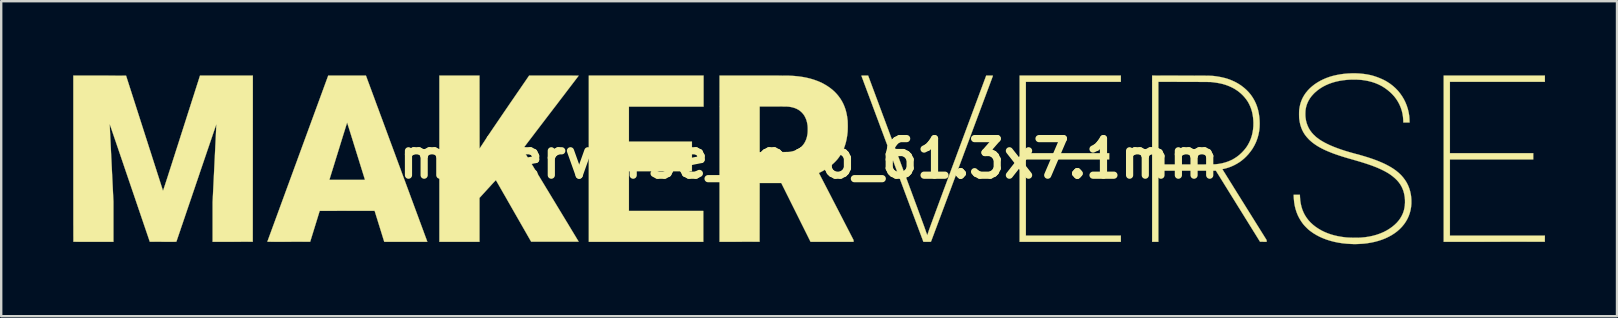
<source format=kicad_pcb>
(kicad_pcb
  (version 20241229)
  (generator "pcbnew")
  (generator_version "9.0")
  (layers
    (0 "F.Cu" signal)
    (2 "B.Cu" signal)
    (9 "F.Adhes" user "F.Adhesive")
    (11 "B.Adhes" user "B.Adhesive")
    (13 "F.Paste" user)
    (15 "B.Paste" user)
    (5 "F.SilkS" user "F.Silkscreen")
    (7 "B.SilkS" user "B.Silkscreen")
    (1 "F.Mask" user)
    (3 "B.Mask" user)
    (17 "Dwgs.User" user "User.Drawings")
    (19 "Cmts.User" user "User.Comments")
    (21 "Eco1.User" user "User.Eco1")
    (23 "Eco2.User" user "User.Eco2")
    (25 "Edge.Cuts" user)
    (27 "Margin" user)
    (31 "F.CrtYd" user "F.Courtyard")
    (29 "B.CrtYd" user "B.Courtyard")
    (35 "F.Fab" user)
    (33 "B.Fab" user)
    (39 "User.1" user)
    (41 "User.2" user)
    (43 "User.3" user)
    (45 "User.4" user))
  (footprint "makerverse_logo_61.3x7.1mm"
    (layer "F.Cu")
    (at 30.66 3.559)
    (property "Reference" "makerverse_logo_61.3x7.1mm" (at 0 0 0) (layer "F.SilkS") (effects (font (size 1.524 1.524) (thickness 0.3))))
    (attr through_hole)
    (fp_poly (pts (xy -4.397 -2.167) (xy -7.507 -2.167) (xy -7.507 -0.711) (xy -4.882 -0.711) (xy -4.882 0.525) (xy -7.507 0.525) (xy -7.507 2.179) (xy -4.408 2.179) (xy -4.408 3.466) (xy -9.178 3.466) (xy -9.178 -3.46) (xy -4.397 -3.46) (xy -4.397 -2.167)) (stroke (width 0.01) (type solid)) (fill yes) (layer "F.SilkS"))
    (fp_poly (pts (xy 12.988 -3.2) (xy 9.031 -3.2) (xy 9.031 -0.226) (xy 12.502 -0.226) (xy 12.502 0.034) (xy 9.031 0.034) (xy 9.031 3.206) (xy 12.988 3.206) (xy 12.988 3.466) (xy 8.771 3.466) (xy 8.771 -3.46) (xy 12.988 -3.46) (xy 12.988 -3.2)) (stroke (width 0.01) (type solid)) (fill yes) (layer "F.SilkS"))
    (fp_poly (pts (xy 30.655 -3.2) (xy 26.698 -3.2) (xy 26.698 -0.226) (xy 30.17 -0.226) (xy 30.17 0.034) (xy 26.698 0.034) (xy 26.698 3.206) (xy 30.655 3.206) (xy 30.652 3.463) (xy 28.545 3.464) (xy 26.439 3.466) (xy 26.439 -3.46) (xy 30.655 -3.46) (xy 30.655 -3.2)) (stroke (width 0.01) (type solid)) (fill yes) (layer "F.SilkS"))
    (fp_poly (pts (xy -2.324 -3.46) (xy -2.18 -3.46) (xy -2.04 -3.46) (xy -1.906 -3.46) (xy -1.777 -3.46) (xy -1.655 -3.459) (xy -1.538 -3.459) (xy -1.429 -3.459) (xy -1.326 -3.459) (xy -1.231 -3.458) (xy -1.144 -3.458) (xy -1.066 -3.457) (xy -0.996 -3.457) (xy -0.936 -3.457) (xy -0.885 -3.456) (xy -0.844 -3.456) (xy -0.814 -3.455) (xy -0.794 -3.454) (xy -0.793 -3.454) (xy -0.608 -3.443) (xy -0.431 -3.425) (xy -0.263 -3.401) (xy -0.102 -3.37) (xy 0.051 -3.333) (xy 0.199 -3.289) (xy 0.342 -3.237) (xy 0.414 -3.208) (xy 0.539 -3.151) (xy 0.659 -3.086) (xy 0.775 -3.015) (xy 0.884 -2.938) (xy 0.986 -2.857) (xy 1.078 -2.771) (xy 1.141 -2.705) (xy 1.227 -2.603) (xy 1.304 -2.497) (xy 1.371 -2.387) (xy 1.43 -2.273) (xy 1.48 -2.153) (xy 1.523 -2.027) (xy 1.557 -1.894) (xy 1.584 -1.753) (xy 1.603 -1.605) (xy 1.604 -1.6) (xy 1.606 -1.57) (xy 1.608 -1.53) (xy 1.609 -1.483) (xy 1.61 -1.431) (xy 1.611 -1.376) (xy 1.611 -1.32) (xy 1.61 -1.265) (xy 1.609 -1.213) (xy 1.607 -1.167) (xy 1.605 -1.128) (xy 1.604 -1.112) (xy 1.586 -0.955) (xy 1.561 -0.807) (xy 1.529 -0.667) (xy 1.489 -0.534) (xy 1.441 -0.407) (xy 1.385 -0.287) (xy 1.321 -0.173) (xy 1.249 -0.064) (xy 1.194 0.009) (xy 1.116 0.098) (xy 1.028 0.186) (xy 0.931 0.271) (xy 0.825 0.352) (xy 0.713 0.429) (xy 0.594 0.501) (xy 0.479 0.562) (xy 0.407 0.598) (xy 0.434 0.65) (xy 0.439 0.66) (xy 0.449 0.679) (xy 0.464 0.707) (xy 0.483 0.744) (xy 0.506 0.79) (xy 0.534 0.843) (xy 0.565 0.903) (xy 0.6 0.971) (xy 0.639 1.045) (xy 0.68 1.126) (xy 0.725 1.212) (xy 0.772 1.303) (xy 0.822 1.399) (xy 0.874 1.5) (xy 0.928 1.604) (xy 0.983 1.713) (xy 1.041 1.824) (xy 1.1 1.938) (xy 1.157 2.048) (xy 1.851 3.393) (xy 1.851 3.466) (xy 0.061 3.466) (xy -0.549 2.241) (xy -1.16 1.016) (xy -1.61 1.016) (xy -2.06 1.016) (xy -2.063 3.463) (xy -2.897 3.464) (xy -3.731 3.466) (xy -3.731 -0.27) (xy -2.06 -0.27) (xy -1.449 -0.273) (xy -1.353 -0.273) (xy -1.267 -0.273) (xy -1.191 -0.274) (xy -1.124 -0.274) (xy -1.066 -0.274) (xy -1.015 -0.275) (xy -0.972 -0.275) (xy -0.935 -0.276) (xy -0.904 -0.276) (xy -0.878 -0.277) (xy -0.856 -0.278) (xy -0.838 -0.279) (xy -0.823 -0.28) (xy -0.811 -0.281) (xy -0.799 -0.282) (xy -0.789 -0.284) (xy -0.779 -0.286) (xy -0.776 -0.286) (xy -0.685 -0.306) (xy -0.604 -0.329) (xy -0.53 -0.357) (xy -0.463 -0.39) (xy -0.402 -0.429) (xy -0.345 -0.474) (xy -0.313 -0.503) (xy -0.252 -0.569) (xy -0.199 -0.643) (xy -0.155 -0.723) (xy -0.118 -0.811) (xy -0.09 -0.906) (xy -0.07 -1.009) (xy -0.065 -1.04) (xy -0.061 -1.083) (xy -0.058 -1.134) (xy -0.057 -1.19) (xy -0.057 -1.247) (xy -0.058 -1.302) (xy -0.061 -1.353) (xy -0.065 -1.392) (xy -0.084 -1.5) (xy -0.111 -1.6) (xy -0.147 -1.692) (xy -0.19 -1.776) (xy -0.242 -1.853) (xy -0.302 -1.922) (xy -0.369 -1.982) (xy -0.444 -2.035) (xy -0.527 -2.079) (xy -0.618 -2.115) (xy -0.715 -2.142) (xy -0.82 -2.161) (xy -0.878 -2.167) (xy -0.895 -2.168) (xy -0.923 -2.169) (xy -0.961 -2.17) (xy -1.008 -2.171) (xy -1.064 -2.171) (xy -1.128 -2.172) (xy -1.2 -2.172) (xy -1.279 -2.173) (xy -1.364 -2.173) (xy -1.455 -2.173) (xy -1.503 -2.173) (xy -2.06 -2.173) (xy -2.06 -0.27) (xy -3.731 -0.27) (xy -3.731 -3.46) (xy -2.324 -3.46)) (stroke (width 0.01) (type solid)) (fill yes) (layer "F.SilkS"))
    (fp_poly (pts (xy -13.732 -1.939) (xy -13.73 -0.417) (xy -13.459 -0.828) (xy -13.428 -0.875) (xy -13.391 -0.931) (xy -13.348 -0.995) (xy -13.3 -1.067) (xy -13.247 -1.146) (xy -13.19 -1.23) (xy -13.128 -1.321) (xy -13.063 -1.417) (xy -12.995 -1.517) (xy -12.924 -1.621) (xy -12.851 -1.729) (xy -12.776 -1.839) (xy -12.699 -1.952) (xy -12.621 -2.066) (xy -12.542 -2.181) (xy -12.463 -2.297) (xy -12.427 -2.349) (xy -11.664 -3.46) (xy -10.632 -3.46) (xy -10.509 -3.46) (xy -10.392 -3.46) (xy -10.282 -3.46) (xy -10.178 -3.46) (xy -10.082 -3.459) (xy -9.994 -3.459) (xy -9.913 -3.459) (xy -9.841 -3.458) (xy -9.778 -3.458) (xy -9.723 -3.458) (xy -9.679 -3.457) (xy -9.644 -3.457) (xy -9.619 -3.456) (xy -9.605 -3.455) (xy -9.602 -3.455) (xy -9.606 -3.45) (xy -9.616 -3.437) (xy -9.632 -3.415) (xy -9.655 -3.385) (xy -9.683 -3.348) (xy -9.717 -3.303) (xy -9.757 -3.251) (xy -9.801 -3.193) (xy -9.851 -3.128) (xy -9.905 -3.057) (xy -9.963 -2.981) (xy -10.026 -2.899) (xy -10.092 -2.812) (xy -10.162 -2.72) (xy -10.235 -2.624) (xy -10.312 -2.524) (xy -10.391 -2.42) (xy -10.473 -2.313) (xy -10.557 -2.202) (xy -10.644 -2.089) (xy -10.732 -1.974) (xy -10.77 -1.925) (xy -10.859 -1.808) (xy -10.946 -1.694) (xy -11.031 -1.583) (xy -11.114 -1.474) (xy -11.194 -1.369) (xy -11.272 -1.267) (xy -11.346 -1.17) (xy -11.418 -1.076) (xy -11.485 -0.987) (xy -11.549 -0.903) (xy -11.609 -0.824) (xy -11.665 -0.751) (xy -11.716 -0.684) (xy -11.763 -0.623) (xy -11.804 -0.568) (xy -11.84 -0.521) (xy -11.871 -0.48) (xy -11.896 -0.447) (xy -11.915 -0.422) (xy -11.927 -0.405) (xy -11.934 -0.397) (xy -11.934 -0.396) (xy -11.931 -0.391) (xy -11.923 -0.377) (xy -11.909 -0.353) (xy -11.889 -0.321) (xy -11.865 -0.281) (xy -11.836 -0.232) (xy -11.802 -0.176) (xy -11.763 -0.113) (xy -11.72 -0.042) (xy -11.674 0.035) (xy -11.623 0.119) (xy -11.569 0.209) (xy -11.511 0.305) (xy -11.45 0.406) (xy -11.385 0.512) (xy -11.318 0.623) (xy -11.248 0.738) (xy -11.176 0.857) (xy -11.101 0.981) (xy -11.024 1.108) (xy -10.946 1.238) (xy -10.865 1.37) (xy -10.783 1.506) (xy -10.767 1.532) (xy -10.685 1.668) (xy -10.604 1.801) (xy -10.525 1.932) (xy -10.448 2.059) (xy -10.373 2.183) (xy -10.3 2.303) (xy -10.23 2.419) (xy -10.162 2.531) (xy -10.097 2.638) (xy -10.035 2.74) (xy -9.977 2.837) (xy -9.922 2.927) (xy -9.871 3.012) (xy -9.823 3.091) (xy -9.78 3.163) (xy -9.74 3.227) (xy -9.706 3.285) (xy -9.676 3.335) (xy -9.65 3.377) (xy -9.63 3.41) (xy -9.615 3.435) (xy -9.605 3.451) (xy -9.601 3.458) (xy -9.601 3.458) (xy -9.607 3.458) (xy -9.623 3.459) (xy -9.649 3.459) (xy -9.685 3.459) (xy -9.73 3.459) (xy -9.784 3.459) (xy -9.845 3.459) (xy -9.914 3.46) (xy -9.989 3.46) (xy -10.071 3.46) (xy -10.158 3.46) (xy -10.25 3.46) (xy -10.346 3.46) (xy -10.446 3.46) (xy -10.55 3.46) (xy -10.591 3.46) (xy -11.58 3.46) (xy -12.311 2.184) (xy -12.374 2.073) (xy -12.437 1.964) (xy -12.497 1.858) (xy -12.556 1.756) (xy -12.612 1.657) (xy -12.666 1.562) (xy -12.718 1.473) (xy -12.767 1.388) (xy -12.812 1.308) (xy -12.855 1.234) (xy -12.893 1.167) (xy -12.928 1.106) (xy -12.959 1.052) (xy -12.986 1.006) (xy -13.008 0.967) (xy -13.025 0.937) (xy -13.038 0.915) (xy -13.045 0.903) (xy -13.047 0.899) (xy -13.049 0.9) (xy -13.055 0.903) (xy -13.063 0.911) (xy -13.076 0.922) (xy -13.092 0.939) (xy -13.113 0.961) (xy -13.139 0.988) (xy -13.17 1.021) (xy -13.207 1.061) (xy -13.25 1.108) (xy -13.299 1.162) (xy -13.356 1.224) (xy -13.393 1.264) (xy -13.733 1.637) (xy -13.733 3.466) (xy -15.404 3.466) (xy -15.404 -3.46) (xy -13.733 -3.46) (xy -13.732 -1.939)) (stroke (width 0.01) (type solid)) (fill yes) (layer "F.SilkS"))
    (fp_poly (pts (xy 15.507 -3.458) (xy 15.647 -3.458) (xy 15.777 -3.458) (xy 15.896 -3.458) (xy 16.006 -3.458) (xy 16.106 -3.457) (xy 16.198 -3.457) (xy 16.281 -3.457) (xy 16.356 -3.456) (xy 16.425 -3.456) (xy 16.486 -3.456) (xy 16.541 -3.455) (xy 16.591 -3.454) (xy 16.635 -3.454) (xy 16.675 -3.453) (xy 16.71 -3.452) (xy 16.742 -3.451) (xy 16.77 -3.449) (xy 16.796 -3.448) (xy 16.819 -3.446) (xy 16.841 -3.444) (xy 16.861 -3.443) (xy 16.881 -3.44) (xy 16.901 -3.438) (xy 16.921 -3.435) (xy 16.942 -3.432) (xy 16.964 -3.429) (xy 16.987 -3.426) (xy 17.149 -3.398) (xy 17.305 -3.362) (xy 17.455 -3.318) (xy 17.598 -3.264) (xy 17.734 -3.203) (xy 17.863 -3.133) (xy 17.984 -3.056) (xy 17.997 -3.047) (xy 18.114 -2.957) (xy 18.221 -2.863) (xy 18.319 -2.762) (xy 18.407 -2.655) (xy 18.485 -2.542) (xy 18.554 -2.423) (xy 18.614 -2.298) (xy 18.664 -2.167) (xy 18.705 -2.03) (xy 18.736 -1.886) (xy 18.758 -1.737) (xy 18.77 -1.581) (xy 18.773 -1.448) (xy 18.768 -1.299) (xy 18.752 -1.152) (xy 18.724 -1.009) (xy 18.686 -0.868) (xy 18.637 -0.731) (xy 18.606 -0.657) (xy 18.546 -0.537) (xy 18.477 -0.419) (xy 18.398 -0.306) (xy 18.312 -0.198) (xy 18.219 -0.096) (xy 18.12 -0.001) (xy 18.017 0.084) (xy 17.931 0.146) (xy 17.819 0.215) (xy 17.703 0.277) (xy 17.583 0.331) (xy 17.463 0.375) (xy 17.344 0.41) (xy 17.269 0.427) (xy 17.246 0.431) (xy 17.229 0.435) (xy 17.218 0.437) (xy 17.217 0.437) (xy 17.22 0.442) (xy 17.228 0.456) (xy 17.242 0.479) (xy 17.262 0.511) (xy 17.286 0.55) (xy 17.316 0.597) (xy 17.35 0.652) (xy 17.388 0.713) (xy 17.43 0.782) (xy 17.477 0.856) (xy 17.527 0.937) (xy 17.581 1.023) (xy 17.638 1.114) (xy 17.697 1.21) (xy 17.76 1.31) (xy 17.825 1.415) (xy 17.893 1.523) (xy 17.963 1.635) (xy 18.034 1.75) (xy 18.108 1.867) (xy 18.138 1.916) (xy 19.061 3.394) (xy 19.061 3.466) (xy 18.925 3.464) (xy 18.788 3.463) (xy 17.868 1.983) (xy 16.948 0.502) (xy 14.551 0.502) (xy 14.551 3.466) (xy 14.292 3.466) (xy 14.292 0.243) (xy 14.551 0.243) (xy 15.693 0.243) (xy 15.846 0.243) (xy 15.989 0.243) (xy 16.123 0.242) (xy 16.246 0.242) (xy 16.36 0.242) (xy 16.463 0.242) (xy 16.556 0.241) (xy 16.639 0.241) (xy 16.711 0.24) (xy 16.772 0.24) (xy 16.823 0.239) (xy 16.863 0.238) (xy 16.892 0.238) (xy 16.909 0.237) (xy 16.911 0.237) (xy 17.059 0.221) (xy 17.2 0.196) (xy 17.334 0.161) (xy 17.462 0.118) (xy 17.584 0.066) (xy 17.7 0.004) (xy 17.81 -0.067) (xy 17.915 -0.147) (xy 18.014 -0.237) (xy 18.04 -0.263) (xy 18.114 -0.342) (xy 18.178 -0.42) (xy 18.236 -0.499) (xy 18.287 -0.581) (xy 18.334 -0.669) (xy 18.352 -0.706) (xy 18.403 -0.825) (xy 18.444 -0.95) (xy 18.475 -1.081) (xy 18.497 -1.215) (xy 18.51 -1.353) (xy 18.512 -1.493) (xy 18.509 -1.577) (xy 18.498 -1.707) (xy 18.48 -1.829) (xy 18.456 -1.945) (xy 18.424 -2.055) (xy 18.385 -2.161) (xy 18.338 -2.264) (xy 18.336 -2.269) (xy 18.277 -2.375) (xy 18.207 -2.477) (xy 18.128 -2.574) (xy 18.041 -2.666) (xy 17.946 -2.751) (xy 17.844 -2.83) (xy 17.735 -2.901) (xy 17.621 -2.964) (xy 17.586 -2.98) (xy 17.499 -3.019) (xy 17.411 -3.054) (xy 17.321 -3.084) (xy 17.228 -3.111) (xy 17.129 -3.134) (xy 17.024 -3.154) (xy 16.912 -3.171) (xy 16.79 -3.187) (xy 16.758 -3.19) (xy 16.745 -3.191) (xy 16.722 -3.192) (xy 16.69 -3.193) (xy 16.647 -3.193) (xy 16.595 -3.194) (xy 16.532 -3.195) (xy 16.46 -3.195) (xy 16.377 -3.196) (xy 16.283 -3.196) (xy 16.179 -3.197) (xy 16.064 -3.197) (xy 15.939 -3.198) (xy 15.802 -3.198) (xy 15.654 -3.199) (xy 15.625 -3.199) (xy 14.551 -3.201) (xy 14.551 0.243) (xy 14.292 0.243) (xy 14.292 -3.461) (xy 15.507 -3.458)) (stroke (width 0.01) (type solid)) (fill yes) (layer "F.SilkS"))
    (fp_poly (pts (xy -18.447 -3.413) (xy -18.444 -3.406) (xy -18.437 -3.387) (xy -18.427 -3.359) (xy -18.413 -3.321) (xy -18.396 -3.274) (xy -18.375 -3.217) (xy -18.351 -3.152) (xy -18.323 -3.078) (xy -18.293 -2.996) (xy -18.259 -2.905) (xy -18.223 -2.807) (xy -18.184 -2.702) (xy -18.142 -2.589) (xy -18.098 -2.469) (xy -18.052 -2.343) (xy -18.003 -2.21) (xy -17.951 -2.072) (xy -17.898 -1.927) (xy -17.843 -1.778) (xy -17.785 -1.623) (xy -17.726 -1.463) (xy -17.665 -1.298) (xy -17.603 -1.129) (xy -17.539 -0.956) (xy -17.474 -0.779) (xy -17.407 -0.599) (xy -17.339 -0.416) (xy -17.27 -0.23) (xy -17.201 -0.041) (xy -17.168 0.048) (xy -17.098 0.237) (xy -17.029 0.424) (xy -16.961 0.609) (xy -16.894 0.79) (xy -16.828 0.967) (xy -16.764 1.141) (xy -16.701 1.311) (xy -16.64 1.476) (xy -16.581 1.637) (xy -16.523 1.793) (xy -16.467 1.944) (xy -16.414 2.089) (xy -16.362 2.229) (xy -16.312 2.363) (xy -16.265 2.49) (xy -16.221 2.611) (xy -16.178 2.726) (xy -16.139 2.833) (xy -16.102 2.932) (xy -16.068 3.024) (xy -16.037 3.109) (xy -16.009 3.184) (xy -15.984 3.252) (xy -15.962 3.311) (xy -15.944 3.36) (xy -15.929 3.4) (xy -15.918 3.431) (xy -15.91 3.452) (xy -15.907 3.462) (xy -15.906 3.464) (xy -15.912 3.464) (xy -15.928 3.464) (xy -15.954 3.464) (xy -15.99 3.465) (xy -16.035 3.465) (xy -16.088 3.465) (xy -16.148 3.465) (xy -16.216 3.465) (xy -16.29 3.465) (xy -16.371 3.465) (xy -16.456 3.466) (xy -16.546 3.466) (xy -16.64 3.466) (xy -16.738 3.466) (xy -16.803 3.466) (xy -17.7 3.466) (xy -17.709 3.439) (xy -17.712 3.43) (xy -17.717 3.411) (xy -17.726 3.383) (xy -17.738 3.346) (xy -17.752 3.301) (xy -17.768 3.249) (xy -17.786 3.191) (xy -17.806 3.127) (xy -17.827 3.058) (xy -17.85 2.984) (xy -17.874 2.908) (xy -17.899 2.828) (xy -17.904 2.811) (xy -17.929 2.731) (xy -17.953 2.654) (xy -17.976 2.58) (xy -17.997 2.511) (xy -18.018 2.446) (xy -18.036 2.387) (xy -18.052 2.335) (xy -18.066 2.289) (xy -18.078 2.252) (xy -18.087 2.222) (xy -18.093 2.202) (xy -18.097 2.192) (xy -18.097 2.191) (xy -18.103 2.173) (xy -20.39 2.176) (xy -20.588 2.819) (xy -20.787 3.463) (xy -21.68 3.464) (xy -21.802 3.464) (xy -21.912 3.465) (xy -22.012 3.465) (xy -22.103 3.465) (xy -22.183 3.465) (xy -22.255 3.465) (xy -22.318 3.464) (xy -22.373 3.464) (xy -22.42 3.464) (xy -22.46 3.463) (xy -22.493 3.463) (xy -22.519 3.462) (xy -22.54 3.462) (xy -22.555 3.461) (xy -22.564 3.46) (xy -22.57 3.459) (xy -22.571 3.459) (xy -22.569 3.453) (xy -22.563 3.437) (xy -22.554 3.411) (xy -22.54 3.375) (xy -22.524 3.33) (xy -22.504 3.276) (xy -22.481 3.212) (xy -22.454 3.14) (xy -22.425 3.06) (xy -22.392 2.971) (xy -22.357 2.875) (xy -22.319 2.771) (xy -22.278 2.66) (xy -22.235 2.542) (xy -22.189 2.417) (xy -22.141 2.286) (xy -22.091 2.149) (xy -22.038 2.005) (xy -21.984 1.857) (xy -21.927 1.702) (xy -21.869 1.543) (xy -21.809 1.379) (xy -21.747 1.211) (xy -21.684 1.039) (xy -21.626 0.881) (xy -19.986 0.881) (xy -18.504 0.881) (xy -18.619 0.512) (xy -18.634 0.462) (xy -18.653 0.403) (xy -18.674 0.334) (xy -18.698 0.258) (xy -18.724 0.175) (xy -18.751 0.086) (xy -18.78 -0.008) (xy -18.811 -0.105) (xy -18.842 -0.206) (xy -18.874 -0.308) (xy -18.906 -0.411) (xy -18.938 -0.514) (xy -18.97 -0.616) (xy -18.989 -0.679) (xy -19.018 -0.772) (xy -19.046 -0.862) (xy -19.073 -0.949) (xy -19.099 -1.032) (xy -19.123 -1.109) (xy -19.146 -1.182) (xy -19.167 -1.249) (xy -19.186 -1.309) (xy -19.203 -1.362) (xy -19.217 -1.407) (xy -19.229 -1.444) (xy -19.238 -1.473) (xy -19.244 -1.492) (xy -19.247 -1.501) (xy -19.248 -1.501) (xy -19.249 -1.496) (xy -19.255 -1.48) (xy -19.263 -1.455) (xy -19.274 -1.419) (xy -19.288 -1.375) (xy -19.304 -1.322) (xy -19.324 -1.26) (xy -19.345 -1.19) (xy -19.369 -1.113) (xy -19.396 -1.029) (xy -19.424 -0.938) (xy -19.454 -0.841) (xy -19.486 -0.737) (xy -19.52 -0.628) (xy -19.555 -0.514) (xy -19.592 -0.395) (xy -19.63 -0.272) (xy -19.669 -0.145) (xy -19.71 -0.015) (xy -19.751 0.119) (xy -19.793 0.256) (xy -19.836 0.395) (xy -19.88 0.535) (xy -19.924 0.678) (xy -19.968 0.821) (xy -19.973 0.837) (xy -19.986 0.881) (xy -21.626 0.881) (xy -21.619 0.862) (xy -21.553 0.682) (xy -21.486 0.499) (xy -21.418 0.312) (xy -21.348 0.123) (xy -21.302 -0.004) (xy -20.035 -3.46) (xy -18.464 -3.46) (xy -18.447 -3.413)) (stroke (width 0.01) (type solid)) (fill yes) (layer "F.SilkS"))
    (fp_poly (pts (xy 2.468 -3.436) (xy 2.471 -3.429) (xy 2.477 -3.412) (xy 2.487 -3.386) (xy 2.501 -3.349) (xy 2.518 -3.303) (xy 2.538 -3.248) (xy 2.562 -3.184) (xy 2.589 -3.112) (xy 2.619 -3.031) (xy 2.652 -2.942) (xy 2.688 -2.846) (xy 2.726 -2.743) (xy 2.767 -2.632) (xy 2.811 -2.515) (xy 2.857 -2.391) (xy 2.905 -2.262) (xy 2.955 -2.126) (xy 3.008 -1.985) (xy 3.062 -1.838) (xy 3.119 -1.687) (xy 3.177 -1.531) (xy 3.236 -1.371) (xy 3.298 -1.206) (xy 3.36 -1.038) (xy 3.424 -0.867) (xy 3.489 -0.692) (xy 3.555 -0.514) (xy 3.622 -0.334) (xy 3.624 -0.33) (xy 3.716 -0.084) (xy 3.804 0.154) (xy 3.889 0.383) (xy 3.971 0.602) (xy 4.049 0.813) (xy 4.124 1.014) (xy 4.195 1.206) (xy 4.263 1.388) (xy 4.327 1.562) (xy 4.387 1.725) (xy 4.444 1.879) (xy 4.498 2.023) (xy 4.547 2.158) (xy 4.593 2.283) (xy 4.636 2.397) (xy 4.674 2.502) (xy 4.709 2.597) (xy 4.74 2.682) (xy 4.768 2.757) (xy 4.791 2.821) (xy 4.811 2.876) (xy 4.826 2.919) (xy 4.838 2.953) (xy 4.846 2.975) (xy 4.862 3.022) (xy 4.877 3.066) (xy 4.891 3.105) (xy 4.903 3.137) (xy 4.912 3.163) (xy 4.919 3.18) (xy 4.923 3.189) (xy 4.924 3.189) (xy 4.927 3.182) (xy 4.932 3.165) (xy 4.941 3.141) (xy 4.951 3.109) (xy 4.964 3.071) (xy 4.978 3.029) (xy 4.993 2.984) (xy 4.995 2.98) (xy 5.001 2.96) (xy 5.012 2.93) (xy 5.027 2.889) (xy 5.045 2.839) (xy 5.067 2.778) (xy 5.092 2.708) (xy 5.122 2.629) (xy 5.154 2.54) (xy 5.19 2.442) (xy 5.23 2.335) (xy 5.272 2.219) (xy 5.318 2.095) (xy 5.367 1.962) (xy 5.419 1.821) (xy 5.474 1.672) (xy 5.532 1.515) (xy 5.593 1.35) (xy 5.657 1.178) (xy 5.724 0.998) (xy 5.793 0.811) (xy 5.865 0.617) (xy 5.939 0.417) (xy 6.016 0.209) (xy 6.096 -0.005) (xy 6.177 -0.225) (xy 6.22 -0.341) (xy 7.379 -3.46) (xy 7.519 -3.46) (xy 7.565 -3.46) (xy 7.602 -3.459) (xy 7.631 -3.458) (xy 7.65 -3.457) (xy 7.659 -3.455) (xy 7.66 -3.455) (xy 7.658 -3.449) (xy 7.652 -3.433) (xy 7.642 -3.408) (xy 7.629 -3.372) (xy 7.613 -3.328) (xy 7.593 -3.275) (xy 7.57 -3.213) (xy 7.544 -3.143) (xy 7.515 -3.065) (xy 7.483 -2.979) (xy 7.448 -2.886) (xy 7.411 -2.787) (xy 7.372 -2.681) (xy 7.33 -2.569) (xy 7.286 -2.451) (xy 7.24 -2.327) (xy 7.192 -2.198) (xy 7.142 -2.065) (xy 7.091 -1.927) (xy 7.037 -1.784) (xy 6.983 -1.638) (xy 6.927 -1.489) (xy 6.87 -1.336) (xy 6.812 -1.181) (xy 6.753 -1.023) (xy 6.694 -0.863) (xy 6.633 -0.701) (xy 6.572 -0.538) (xy 6.511 -0.374) (xy 6.449 -0.209) (xy 6.388 -0.043) (xy 6.326 0.122) (xy 6.264 0.288) (xy 6.202 0.452) (xy 6.141 0.616) (xy 6.081 0.779) (xy 6.02 0.94) (xy 5.961 1.099) (xy 5.903 1.256) (xy 5.845 1.41) (xy 5.788 1.561) (xy 5.733 1.709) (xy 5.679 1.853) (xy 5.627 1.993) (xy 5.576 2.129) (xy 5.527 2.261) (xy 5.48 2.387) (xy 5.434 2.508) (xy 5.391 2.623) (xy 5.35 2.733) (xy 5.312 2.836) (xy 5.276 2.932) (xy 5.242 3.021) (xy 5.212 3.103) (xy 5.184 3.178) (xy 5.159 3.244) (xy 5.137 3.302) (xy 5.119 3.351) (xy 5.104 3.391) (xy 5.092 3.422) (xy 5.084 3.443) (xy 5.08 3.454) (xy 5.079 3.456) (xy 5.077 3.459) (xy 5.073 3.461) (xy 5.065 3.463) (xy 5.053 3.464) (xy 5.035 3.465) (xy 5.01 3.465) (xy 4.977 3.466) (xy 4.934 3.466) (xy 4.919 3.466) (xy 4.764 3.466) (xy 4.758 3.453) (xy 4.756 3.446) (xy 4.749 3.43) (xy 4.739 3.403) (xy 4.726 3.367) (xy 4.709 3.321) (xy 4.688 3.267) (xy 4.665 3.204) (xy 4.638 3.133) (xy 4.609 3.054) (xy 4.576 2.968) (xy 4.542 2.875) (xy 4.504 2.775) (xy 4.464 2.668) (xy 4.422 2.555) (xy 4.378 2.436) (xy 4.331 2.312) (xy 4.283 2.183) (xy 4.233 2.049) (xy 4.181 1.911) (xy 4.128 1.768) (xy 4.073 1.622) (xy 4.017 1.472) (xy 3.96 1.319) (xy 3.902 1.163) (xy 3.843 1.005) (xy 3.783 0.845) (xy 3.723 0.683) (xy 3.662 0.52) (xy 3.6 0.356) (xy 3.539 0.191) (xy 3.477 0.025) (xy 3.415 -0.14) (xy 3.353 -0.306) (xy 3.292 -0.47) (xy 3.231 -0.634) (xy 3.17 -0.796) (xy 3.11 -0.957) (xy 3.051 -1.116) (xy 2.992 -1.272) (xy 2.935 -1.426) (xy 2.879 -1.577) (xy 2.824 -1.724) (xy 2.77 -1.868) (xy 2.718 -2.008) (xy 2.667 -2.143) (xy 2.619 -2.274) (xy 2.572 -2.4) (xy 2.527 -2.52) (xy 2.484 -2.635) (xy 2.443 -2.744) (xy 2.405 -2.846) (xy 2.37 -2.941) (xy 2.337 -3.03) (xy 2.306 -3.111) (xy 2.279 -3.185) (xy 2.255 -3.25) (xy 2.234 -3.307) (xy 2.216 -3.355) (xy 2.201 -3.394) (xy 2.19 -3.424) (xy 2.183 -3.444) (xy 2.179 -3.454) (xy 2.179 -3.455) (xy 2.184 -3.456) (xy 2.2 -3.458) (xy 2.224 -3.459) (xy 2.257 -3.46) (xy 2.296 -3.46) (xy 2.319 -3.46) (xy 2.46 -3.46) (xy 2.468 -3.436)) (stroke (width 0.01) (type solid)) (fill yes) (layer "F.SilkS"))
    (fp_poly (pts (xy -29.556 -3.459) (xy -28.458 -3.457) (xy -27.692 -1.07) (xy -27.641 -0.91) (xy -27.59 -0.753) (xy -27.541 -0.599) (xy -27.493 -0.448) (xy -27.445 -0.301) (xy -27.399 -0.158) (xy -27.355 -0.019) (xy -27.312 0.115) (xy -27.271 0.243) (xy -27.231 0.367) (xy -27.193 0.485) (xy -27.158 0.596) (xy -27.124 0.701) (xy -27.092 0.799) (xy -27.063 0.891) (xy -27.036 0.974) (xy -27.012 1.05) (xy -26.99 1.118) (xy -26.971 1.177) (xy -26.955 1.227) (xy -26.942 1.268) (xy -26.932 1.299) (xy -26.925 1.321) (xy -26.921 1.332) (xy -26.921 1.334) (xy -26.92 1.334) (xy -26.918 1.332) (xy -26.916 1.328) (xy -26.913 1.32) (xy -26.909 1.31) (xy -26.904 1.296) (xy -26.897 1.278) (xy -26.89 1.256) (xy -26.881 1.23) (xy -26.871 1.199) (xy -26.859 1.164) (xy -26.846 1.123) (xy -26.83 1.077) (xy -26.814 1.026) (xy -26.795 0.968) (xy -26.774 0.904) (xy -26.751 0.834) (xy -26.726 0.756) (xy -26.699 0.672) (xy -26.67 0.58) (xy -26.638 0.481) (xy -26.603 0.373) (xy -26.566 0.258) (xy -26.526 0.134) (xy -26.484 0.001) (xy -26.438 -0.141) (xy -26.39 -0.293) (xy -26.338 -0.454) (xy -26.283 -0.625) (xy -26.225 -0.806) (xy -26.168 -0.986) (xy -26.117 -1.144) (xy -26.067 -1.3) (xy -26.018 -1.454) (xy -25.97 -1.604) (xy -25.923 -1.751) (xy -25.878 -1.893) (xy -25.833 -2.032) (xy -25.79 -2.166) (xy -25.749 -2.295) (xy -25.71 -2.418) (xy -25.672 -2.536) (xy -25.636 -2.648) (xy -25.602 -2.754) (xy -25.571 -2.853) (xy -25.541 -2.944) (xy -25.515 -3.028) (xy -25.49 -3.105) (xy -25.468 -3.173) (xy -25.449 -3.233) (xy -25.433 -3.283) (xy -25.42 -3.325) (xy -25.41 -3.357) (xy -25.403 -3.379) (xy -25.399 -3.39) (xy -25.399 -3.391) (xy -25.377 -3.46) (xy -23.176 -3.46) (xy -23.177 0.001) (xy -23.179 3.463) (xy -24.852 3.466) (xy -24.852 1.807) (xy -24.773 0.191) (xy -24.767 0.057) (xy -24.76 -0.075) (xy -24.754 -0.203) (xy -24.748 -0.327) (xy -24.742 -0.447) (xy -24.737 -0.562) (xy -24.731 -0.672) (xy -24.726 -0.777) (xy -24.722 -0.875) (xy -24.717 -0.967) (xy -24.713 -1.053) (xy -24.709 -1.13) (xy -24.706 -1.2) (xy -24.703 -1.262) (xy -24.701 -1.314) (xy -24.699 -1.358) (xy -24.697 -1.392) (xy -24.696 -1.416) (xy -24.696 -1.429) (xy -24.696 -1.432) (xy -24.698 -1.427) (xy -24.703 -1.412) (xy -24.712 -1.387) (xy -24.724 -1.352) (xy -24.739 -1.308) (xy -24.758 -1.254) (xy -24.779 -1.192) (xy -24.803 -1.122) (xy -24.83 -1.044) (xy -24.859 -0.958) (xy -24.891 -0.864) (xy -24.925 -0.764) (xy -24.962 -0.657) (xy -25 -0.543) (xy -25.041 -0.424) (xy -25.084 -0.299) (xy -25.128 -0.168) (xy -25.174 -0.033) (xy -25.222 0.108) (xy -25.271 0.252) (xy -25.322 0.401) (xy -25.374 0.553) (xy -25.426 0.709) (xy -25.48 0.868) (xy -25.527 1.004) (xy -25.581 1.165) (xy -25.635 1.323) (xy -25.688 1.478) (xy -25.739 1.631) (xy -25.79 1.779) (xy -25.839 1.923) (xy -25.887 2.063) (xy -25.933 2.199) (xy -25.977 2.329) (xy -26.019 2.454) (xy -26.06 2.573) (xy -26.098 2.686) (xy -26.135 2.793) (xy -26.169 2.893) (xy -26.2 2.987) (xy -26.23 3.072) (xy -26.256 3.15) (xy -26.28 3.22) (xy -26.301 3.282) (xy -26.319 3.334) (xy -26.334 3.378) (xy -26.346 3.413) (xy -26.354 3.437) (xy -26.359 3.452) (xy -26.361 3.456) (xy -26.362 3.457) (xy -26.365 3.459) (xy -26.369 3.46) (xy -26.376 3.461) (xy -26.386 3.462) (xy -26.401 3.463) (xy -26.419 3.464) (xy -26.443 3.464) (xy -26.473 3.464) (xy -26.51 3.465) (xy -26.553 3.465) (xy -26.605 3.465) (xy -26.665 3.465) (xy -26.734 3.465) (xy -26.814 3.465) (xy -26.903 3.464) (xy -26.917 3.464) (xy -27.469 3.463) (xy -28.304 1.009) (xy -28.359 0.848) (xy -28.413 0.689) (xy -28.466 0.534) (xy -28.518 0.381) (xy -28.568 0.233) (xy -28.617 0.088) (xy -28.665 -0.052) (xy -28.711 -0.187) (xy -28.756 -0.317) (xy -28.798 -0.442) (xy -28.839 -0.561) (xy -28.877 -0.675) (xy -28.914 -0.781) (xy -28.948 -0.881) (xy -28.98 -0.974) (xy -29.009 -1.06) (xy -29.036 -1.138) (xy -29.059 -1.208) (xy -29.08 -1.269) (xy -29.099 -1.322) (xy -29.114 -1.366) (xy -29.125 -1.4) (xy -29.134 -1.424) (xy -29.139 -1.439) (xy -29.14 -1.443) (xy -29.14 -1.437) (xy -29.14 -1.421) (xy -29.138 -1.394) (xy -29.137 -1.357) (xy -29.135 -1.311) (xy -29.132 -1.255) (xy -29.129 -1.192) (xy -29.126 -1.119) (xy -29.122 -1.04) (xy -29.118 -0.953) (xy -29.113 -0.859) (xy -29.108 -0.758) (xy -29.103 -0.652) (xy -29.098 -0.541) (xy -29.092 -0.424) (xy -29.086 -0.303) (xy -29.08 -0.177) (xy -29.074 -0.048) (xy -29.067 0.084) (xy -29.063 0.172) (xy -28.984 1.786) (xy -28.984 2.626) (xy -28.984 3.466) (xy -29.816 3.466) (xy -29.912 3.466) (xy -30.005 3.466) (xy -30.094 3.465) (xy -30.179 3.465) (xy -30.259 3.465) (xy -30.333 3.465) (xy -30.401 3.465) (xy -30.462 3.464) (xy -30.516 3.464) (xy -30.562 3.464) (xy -30.599 3.463) (xy -30.626 3.463) (xy -30.644 3.462) (xy -30.651 3.462) (xy -30.651 3.462) (xy -30.651 3.456) (xy -30.652 3.439) (xy -30.652 3.412) (xy -30.652 3.374) (xy -30.652 3.326) (xy -30.652 3.268) (xy -30.653 3.201) (xy -30.653 3.125) (xy -30.653 3.04) (xy -30.653 2.946) (xy -30.653 2.844) (xy -30.654 2.735) (xy -30.654 2.617) (xy -30.654 2.492) (xy -30.654 2.361) (xy -30.654 2.222) (xy -30.654 2.077) (xy -30.654 1.926) (xy -30.654 1.77) (xy -30.655 1.607) (xy -30.655 1.44) (xy -30.655 1.268) (xy -30.655 1.091) (xy -30.655 0.91) (xy -30.655 0.725) (xy -30.655 0.536) (xy -30.655 0.344) (xy -30.655 0.149) (xy -30.655 -0.001) (xy -30.655 -3.46) (xy -29.556 -3.459)) (stroke (width 0.01) (type solid)) (fill yes) (layer "F.SilkS"))
    (fp_poly (pts (xy 22.788 -3.553) (xy 22.948 -3.545) (xy 23.104 -3.529) (xy 23.255 -3.507) (xy 23.4 -3.477) (xy 23.478 -3.457) (xy 23.568 -3.429) (xy 23.662 -3.397) (xy 23.756 -3.361) (xy 23.848 -3.322) (xy 23.937 -3.281) (xy 24.018 -3.239) (xy 24.079 -3.203) (xy 24.205 -3.121) (xy 24.323 -3.03) (xy 24.432 -2.933) (xy 24.533 -2.828) (xy 24.624 -2.716) (xy 24.707 -2.598) (xy 24.781 -2.474) (xy 24.845 -2.345) (xy 24.9 -2.209) (xy 24.945 -2.069) (xy 24.98 -1.923) (xy 25.002 -1.789) (xy 25.005 -1.762) (xy 25.008 -1.726) (xy 25.011 -1.686) (xy 25.013 -1.645) (xy 25.014 -1.616) (xy 25.018 -1.507) (xy 24.758 -1.507) (xy 24.755 -1.602) (xy 24.744 -1.74) (xy 24.723 -1.875) (xy 24.691 -2.006) (xy 24.648 -2.133) (xy 24.596 -2.255) (xy 24.533 -2.373) (xy 24.461 -2.486) (xy 24.379 -2.593) (xy 24.287 -2.694) (xy 24.206 -2.771) (xy 24.094 -2.865) (xy 23.978 -2.949) (xy 23.857 -3.024) (xy 23.731 -3.088) (xy 23.599 -3.144) (xy 23.461 -3.191) (xy 23.316 -3.229) (xy 23.281 -3.237) (xy 23.192 -3.254) (xy 23.105 -3.268) (xy 23.017 -3.279) (xy 22.926 -3.286) (xy 22.83 -3.291) (xy 22.726 -3.293) (xy 22.702 -3.293) (xy 22.624 -3.292) (xy 22.555 -3.291) (xy 22.49 -3.288) (xy 22.427 -3.284) (xy 22.364 -3.278) (xy 22.296 -3.27) (xy 22.273 -3.268) (xy 22.11 -3.243) (xy 21.955 -3.21) (xy 21.806 -3.168) (xy 21.664 -3.118) (xy 21.53 -3.06) (xy 21.403 -2.994) (xy 21.284 -2.92) (xy 21.172 -2.838) (xy 21.068 -2.748) (xy 21.016 -2.696) (xy 20.936 -2.607) (xy 20.867 -2.514) (xy 20.809 -2.417) (xy 20.761 -2.317) (xy 20.723 -2.212) (xy 20.696 -2.104) (xy 20.684 -2.029) (xy 20.68 -1.989) (xy 20.678 -1.942) (xy 20.676 -1.89) (xy 20.676 -1.837) (xy 20.677 -1.785) (xy 20.68 -1.74) (xy 20.682 -1.717) (xy 20.7 -1.599) (xy 20.728 -1.486) (xy 20.767 -1.378) (xy 20.815 -1.274) (xy 20.874 -1.176) (xy 20.943 -1.083) (xy 21.022 -0.995) (xy 21.111 -0.912) (xy 21.15 -0.88) (xy 21.24 -0.812) (xy 21.341 -0.746) (xy 21.452 -0.682) (xy 21.573 -0.619) (xy 21.704 -0.557) (xy 21.846 -0.497) (xy 21.998 -0.438) (xy 22.161 -0.38) (xy 22.335 -0.323) (xy 22.52 -0.268) (xy 22.716 -0.213) (xy 22.764 -0.2) (xy 22.954 -0.149) (xy 23.133 -0.097) (xy 23.301 -0.045) (xy 23.46 0.008) (xy 23.609 0.062) (xy 23.749 0.117) (xy 23.88 0.173) (xy 24.003 0.23) (xy 24.117 0.289) (xy 24.225 0.349) (xy 24.325 0.411) (xy 24.333 0.416) (xy 24.452 0.5) (xy 24.56 0.588) (xy 24.659 0.682) (xy 24.747 0.781) (xy 24.826 0.886) (xy 24.895 0.995) (xy 24.953 1.109) (xy 25.001 1.228) (xy 25.039 1.352) (xy 25.067 1.48) (xy 25.069 1.49) (xy 25.077 1.54) (xy 25.083 1.588) (xy 25.087 1.636) (xy 25.091 1.69) (xy 25.093 1.747) (xy 25.093 1.882) (xy 25.081 2.014) (xy 25.059 2.143) (xy 25.026 2.268) (xy 24.983 2.39) (xy 24.929 2.508) (xy 24.864 2.622) (xy 24.789 2.731) (xy 24.784 2.738) (xy 24.7 2.839) (xy 24.607 2.935) (xy 24.505 3.025) (xy 24.394 3.108) (xy 24.275 3.185) (xy 24.148 3.255) (xy 24.014 3.319) (xy 23.872 3.375) (xy 23.724 3.424) (xy 23.569 3.466) (xy 23.408 3.5) (xy 23.241 3.527) (xy 23.111 3.542) (xy 23.088 3.544) (xy 23.058 3.546) (xy 23.023 3.548) (xy 22.983 3.55) (xy 22.941 3.553) (xy 22.898 3.555) (xy 22.857 3.557) (xy 22.818 3.558) (xy 22.783 3.56) (xy 22.755 3.561) (xy 22.734 3.561) (xy 22.722 3.561) (xy 22.722 3.561) (xy 22.715 3.56) (xy 22.698 3.56) (xy 22.673 3.559) (xy 22.643 3.557) (xy 22.607 3.556) (xy 22.589 3.556) (xy 22.406 3.545) (xy 22.226 3.527) (xy 22.052 3.5) (xy 21.882 3.466) (xy 21.718 3.423) (xy 21.561 3.374) (xy 21.409 3.316) (xy 21.265 3.252) (xy 21.129 3.18) (xy 21 3.101) (xy 20.88 3.015) (xy 20.824 2.971) (xy 20.789 2.941) (xy 20.751 2.904) (xy 20.71 2.864) (xy 20.67 2.823) (xy 20.632 2.782) (xy 20.599 2.744) (xy 20.58 2.721) (xy 20.498 2.606) (xy 20.426 2.488) (xy 20.363 2.364) (xy 20.311 2.236) (xy 20.268 2.102) (xy 20.234 1.963) (xy 20.21 1.817) (xy 20.196 1.666) (xy 20.192 1.602) (xy 20.188 1.507) (xy 20.448 1.507) (xy 20.452 1.596) (xy 20.462 1.738) (xy 20.483 1.874) (xy 20.513 2.005) (xy 20.552 2.129) (xy 20.601 2.247) (xy 20.66 2.36) (xy 20.729 2.467) (xy 20.807 2.569) (xy 20.895 2.664) (xy 20.993 2.754) (xy 21.1 2.839) (xy 21.218 2.918) (xy 21.345 2.992) (xy 21.364 3.002) (xy 21.486 3.061) (xy 21.613 3.113) (xy 21.746 3.159) (xy 21.886 3.199) (xy 22.033 3.232) (xy 22.188 3.259) (xy 22.352 3.281) (xy 22.372 3.283) (xy 22.407 3.286) (xy 22.451 3.288) (xy 22.502 3.291) (xy 22.56 3.292) (xy 22.621 3.294) (xy 22.684 3.295) (xy 22.747 3.295) (xy 22.808 3.296) (xy 22.865 3.295) (xy 22.917 3.294) (xy 22.962 3.293) (xy 22.988 3.291) (xy 23.163 3.274) (xy 23.332 3.249) (xy 23.493 3.214) (xy 23.648 3.171) (xy 23.795 3.119) (xy 23.936 3.059) (xy 24.069 2.99) (xy 24.181 2.921) (xy 24.292 2.843) (xy 24.392 2.76) (xy 24.482 2.674) (xy 24.561 2.583) (xy 24.63 2.488) (xy 24.689 2.388) (xy 24.738 2.284) (xy 24.747 2.26) (xy 24.78 2.161) (xy 24.804 2.056) (xy 24.82 1.946) (xy 24.827 1.834) (xy 24.826 1.72) (xy 24.817 1.606) (xy 24.798 1.494) (xy 24.772 1.385) (xy 24.759 1.343) (xy 24.722 1.246) (xy 24.677 1.153) (xy 24.624 1.064) (xy 24.562 0.979) (xy 24.49 0.897) (xy 24.409 0.818) (xy 24.317 0.74) (xy 24.228 0.673) (xy 24.154 0.623) (xy 24.07 0.572) (xy 23.977 0.521) (xy 23.896 0.48) (xy 23.828 0.447) (xy 23.758 0.415) (xy 23.685 0.383) (xy 23.61 0.352) (xy 23.53 0.321) (xy 23.446 0.289) (xy 23.357 0.258) (xy 23.261 0.225) (xy 23.159 0.192) (xy 23.049 0.157) (xy 22.931 0.121) (xy 22.804 0.084) (xy 22.668 0.044) (xy 22.533 0.006) (xy 22.353 -0.046) (xy 22.185 -0.098) (xy 22.027 -0.15) (xy 21.879 -0.201) (xy 21.741 -0.254) (xy 21.611 -0.307) (xy 21.49 -0.36) (xy 21.378 -0.415) (xy 21.273 -0.471) (xy 21.175 -0.528) (xy 21.085 -0.587) (xy 21 -0.648) (xy 20.922 -0.711) (xy 20.849 -0.776) (xy 20.813 -0.812) (xy 20.732 -0.901) (xy 20.66 -0.993) (xy 20.597 -1.091) (xy 20.544 -1.193) (xy 20.501 -1.301) (xy 20.465 -1.415) (xy 20.439 -1.536) (xy 20.421 -1.659) (xy 20.418 -1.692) (xy 20.416 -1.732) (xy 20.415 -1.778) (xy 20.414 -1.828) (xy 20.414 -1.878) (xy 20.415 -1.927) (xy 20.416 -1.973) (xy 20.418 -2.012) (xy 20.421 -2.043) (xy 20.421 -2.046) (xy 20.44 -2.163) (xy 20.465 -2.272) (xy 20.497 -2.376) (xy 20.538 -2.476) (xy 20.569 -2.54) (xy 20.628 -2.644) (xy 20.697 -2.744) (xy 20.777 -2.84) (xy 20.865 -2.932) (xy 20.962 -3.018) (xy 21.067 -3.099) (xy 21.18 -3.174) (xy 21.3 -3.243) (xy 21.427 -3.306) (xy 21.56 -3.362) (xy 21.698 -3.411) (xy 21.83 -3.449) (xy 21.982 -3.484) (xy 22.14 -3.513) (xy 22.3 -3.534) (xy 22.463 -3.547) (xy 22.626 -3.554) (xy 22.788 -3.553)) (stroke (width 0.01) (type solid)) (fill yes) (layer "F.SilkS")))
  (gr_rect
    (start -3 -3)
    (end 64.32 10.125)
    (stroke (width 0.1) (type default))
    (fill no)
    (layer "Edge.Cuts")))
</source>
